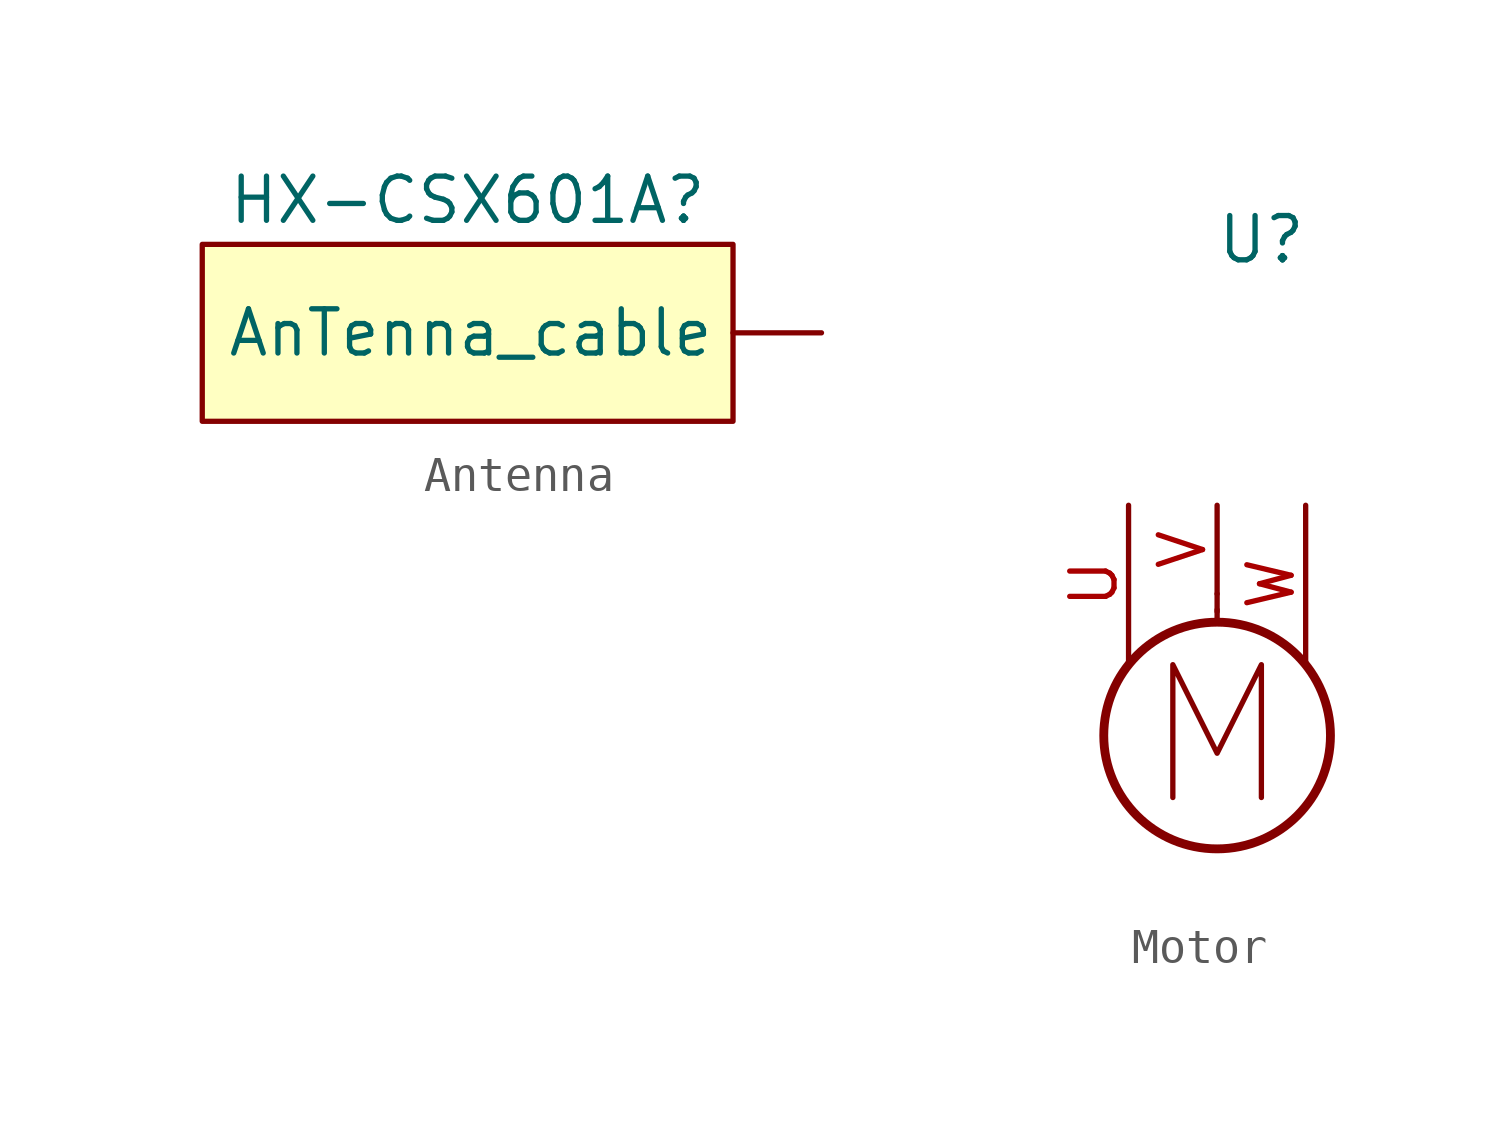
<source format=kicad_sym>
(kicad_symbol_lib
  (version 20220914)
  (generator kicad_symbol_editor)
  (symbol "Antenna"
    (property "Reference" "HX-CSX601A"
      (at 0 5.08 0)
      (effects (font (size 1.27 1.27))))
    (property "Value" ""
      (at 0 0 0)
      (effects (font (size 1.27 1.27))))
    (symbol "Antenna_1_1"
      (rectangle (start -7.62 3.81) (end 7.62 -1.27) (stroke (width 0) (type default)) (fill (type background)))
      (pin passive line (at 10.16 1.27 180) (length 2.54) (name "AnTenna_cable" (effects (font (size 1.27 1.27)))) (number "" (effects (font (size 1.27 1.27)))))))
  (symbol "Motor"
    (property "Reference" "U"
      (at 5.08 6.35 0)
      (effects (font (size 1.27 1.27))))
    (property "Value" ""
      (at 0 0 0)
      (effects (font (size 1.27 1.27))))
    (symbol "Motor_0_0"
      (polyline (pts (xy 2.54 -9.652) (xy 2.54 -5.842) (xy 3.81 -8.382) (xy 5.08 -5.842) (xy 5.08 -9.652)) (stroke (width 0) (type default)) (fill (type none))))
    (symbol "Motor_0_1"
      (polyline (pts (xy 3.81 -4.623) (xy 3.81 -4.267)) (stroke (width 0) (type default)) (fill (type none)))
      (polyline (pts (xy 3.81 -4.318) (xy 3.81 -3.81)) (stroke (width 0) (type default)) (fill (type none)))
      (circle (center 3.81 -7.874) (radius 3.251) (stroke (width 0.254) (type default)) (fill (type none))))
    (symbol "Motor_1_1"
      (pin passive line (at 1.27 -1.27 270) (length 4.5) (name "" (effects (font (size 1.27 1.27)))) (number "U" (effects (font (size 1.27 1.27)))))
      (pin passive line (at 3.81 -1.27 270) (length 2.54) (name "" (effects (font (size 1.27 1.27)))) (number "V" (effects (font (size 1.27 1.27)))))
      (pin passive line (at 6.35 -1.27 270) (length 4.5) (name "" (effects (font (size 1.27 1.27)))) (number "W" (effects (font (size 1.27 1.27))))))))
</source>
